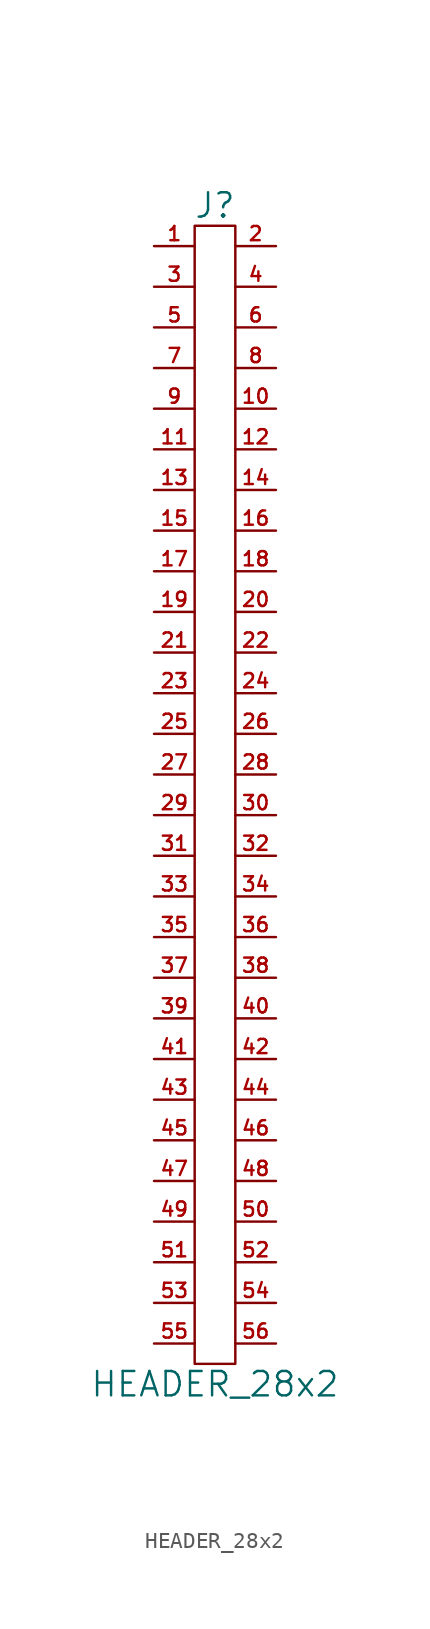
<source format=kicad_sym>
(kicad_symbol_lib
  (version 20211014)
  (generator kicad_symbol_editor)
  (symbol "HEADER_28x2"
    (pin_names
      (offset 0))
    (property "Reference" "J"
      (at 0 36.83 0)
      (effects (font (size 1.524 1.524))))
    (property "Value" "HEADER_28x2"
      (at 0 -36.83 0)
      (effects (font (size 1.524 1.524))))
    (property "Footprint" ""
      (at 0 -2.54 0)
      (effects (font (size 1.524 1.524))))
    (property "Datasheet" ""
      (at 0 -2.54 0)
      (effects (font (size 1.524 1.524))))
    (symbol "HEADER_28x2_0_1"
      (rectangle (start 1.27 -35.56) (end -1.27 35.56) (stroke (width 0) (type default) (color 0 0 0 0)) (fill (type none))))
    (symbol "HEADER_28x2_1_1"
      (pin passive line (at -3.81 34.29 0) (length 2.54) (name "~" (effects (font (size 1.27 1.27)))) (number "1" (effects (font (size 0.889 0.889)))))
      (pin passive line (at 3.81 24.13 180) (length 2.54) (name "~" (effects (font (size 1.27 1.27)))) (number "10" (effects (font (size 0.889 0.889)))))
      (pin passive line (at -3.81 21.59 0) (length 2.54) (name "~" (effects (font (size 1.27 1.27)))) (number "11" (effects (font (size 0.889 0.889)))))
      (pin passive line (at 3.81 21.59 180) (length 2.54) (name "~" (effects (font (size 1.27 1.27)))) (number "12" (effects (font (size 0.889 0.889)))))
      (pin passive line (at -3.81 19.05 0) (length 2.54) (name "~" (effects (font (size 1.27 1.27)))) (number "13" (effects (font (size 0.889 0.889)))))
      (pin passive line (at 3.81 19.05 180) (length 2.54) (name "~" (effects (font (size 1.27 1.27)))) (number "14" (effects (font (size 0.889 0.889)))))
      (pin passive line (at -3.81 16.51 0) (length 2.54) (name "~" (effects (font (size 1.27 1.27)))) (number "15" (effects (font (size 0.889 0.889)))))
      (pin passive line (at 3.81 16.51 180) (length 2.54) (name "~" (effects (font (size 1.27 1.27)))) (number "16" (effects (font (size 0.889 0.889)))))
      (pin passive line (at -3.81 13.97 0) (length 2.54) (name "~" (effects (font (size 1.27 1.27)))) (number "17" (effects (font (size 0.889 0.889)))))
      (pin passive line (at 3.81 13.97 180) (length 2.54) (name "~" (effects (font (size 1.27 1.27)))) (number "18" (effects (font (size 0.889 0.889)))))
      (pin passive line (at -3.81 11.43 0) (length 2.54) (name "~" (effects (font (size 1.27 1.27)))) (number "19" (effects (font (size 0.889 0.889)))))
      (pin passive line (at 3.81 34.29 180) (length 2.54) (name "~" (effects (font (size 1.27 1.27)))) (number "2" (effects (font (size 0.889 0.889)))))
      (pin passive line (at 3.81 11.43 180) (length 2.54) (name "~" (effects (font (size 1.27 1.27)))) (number "20" (effects (font (size 0.889 0.889)))))
      (pin passive line (at -3.81 8.89 0) (length 2.54) (name "~" (effects (font (size 1.27 1.27)))) (number "21" (effects (font (size 0.889 0.889)))))
      (pin passive line (at 3.81 8.89 180) (length 2.54) (name "~" (effects (font (size 1.27 1.27)))) (number "22" (effects (font (size 0.889 0.889)))))
      (pin passive line (at -3.81 6.35 0) (length 2.54) (name "~" (effects (font (size 1.27 1.27)))) (number "23" (effects (font (size 0.889 0.889)))))
      (pin passive line (at 3.81 6.35 180) (length 2.54) (name "~" (effects (font (size 1.27 1.27)))) (number "24" (effects (font (size 0.889 0.889)))))
      (pin passive line (at -3.81 3.81 0) (length 2.54) (name "~" (effects (font (size 1.27 1.27)))) (number "25" (effects (font (size 0.889 0.889)))))
      (pin passive line (at 3.81 3.81 180) (length 2.54) (name "~" (effects (font (size 1.27 1.27)))) (number "26" (effects (font (size 0.889 0.889)))))
      (pin passive line (at -3.81 1.27 0) (length 2.54) (name "~" (effects (font (size 1.27 1.27)))) (number "27" (effects (font (size 0.889 0.889)))))
      (pin passive line (at 3.81 1.27 180) (length 2.54) (name "~" (effects (font (size 1.27 1.27)))) (number "28" (effects (font (size 0.889 0.889)))))
      (pin passive line (at -3.81 -1.27 0) (length 2.54) (name "~" (effects (font (size 1.27 1.27)))) (number "29" (effects (font (size 0.889 0.889)))))
      (pin passive line (at -3.81 31.75 0) (length 2.54) (name "~" (effects (font (size 1.27 1.27)))) (number "3" (effects (font (size 0.889 0.889)))))
      (pin passive line (at 3.81 -1.27 180) (length 2.54) (name "~" (effects (font (size 1.27 1.27)))) (number "30" (effects (font (size 0.889 0.889)))))
      (pin passive line (at -3.81 -3.81 0) (length 2.54) (name "~" (effects (font (size 1.27 1.27)))) (number "31" (effects (font (size 0.889 0.889)))))
      (pin passive line (at 3.81 -3.81 180) (length 2.54) (name "~" (effects (font (size 1.27 1.27)))) (number "32" (effects (font (size 0.889 0.889)))))
      (pin passive line (at -3.81 -6.35 0) (length 2.54) (name "~" (effects (font (size 1.27 1.27)))) (number "33" (effects (font (size 0.889 0.889)))))
      (pin passive line (at 3.81 -6.35 180) (length 2.54) (name "~" (effects (font (size 1.27 1.27)))) (number "34" (effects (font (size 0.889 0.889)))))
      (pin passive line (at -3.81 -8.89 0) (length 2.54) (name "~" (effects (font (size 1.27 1.27)))) (number "35" (effects (font (size 0.889 0.889)))))
      (pin passive line (at 3.81 -8.89 180) (length 2.54) (name "~" (effects (font (size 1.27 1.27)))) (number "36" (effects (font (size 0.889 0.889)))))
      (pin passive line (at -3.81 -11.43 0) (length 2.54) (name "~" (effects (font (size 0.889 0.889)))) (number "37" (effects (font (size 0.889 0.889)))))
      (pin passive line (at 3.81 -11.43 180) (length 2.54) (name "~" (effects (font (size 1.27 1.27)))) (number "38" (effects (font (size 0.889 0.889)))))
      (pin passive line (at -3.81 -13.97 0) (length 2.54) (name "~" (effects (font (size 1.27 1.27)))) (number "39" (effects (font (size 0.889 0.889)))))
      (pin passive line (at 3.81 31.75 180) (length 2.54) (name "~" (effects (font (size 1.27 1.27)))) (number "4" (effects (font (size 0.889 0.889)))))
      (pin passive line (at 3.81 -13.97 180) (length 2.54) (name "~" (effects (font (size 1.27 1.27)))) (number "40" (effects (font (size 0.889 0.889)))))
      (pin passive line (at -3.81 -16.51 0) (length 2.54) (name "~" (effects (font (size 1.27 1.27)))) (number "41" (effects (font (size 0.889 0.889)))))
      (pin passive line (at 3.81 -16.51 180) (length 2.54) (name "~" (effects (font (size 1.27 1.27)))) (number "42" (effects (font (size 0.889 0.889)))))
      (pin passive line (at -3.81 -19.05 0) (length 2.54) (name "~" (effects (font (size 1.27 1.27)))) (number "43" (effects (font (size 0.889 0.889)))))
      (pin passive line (at 3.81 -19.05 180) (length 2.54) (name "~" (effects (font (size 1.27 1.27)))) (number "44" (effects (font (size 0.889 0.889)))))
      (pin passive line (at -3.81 -21.59 0) (length 2.54) (name "~" (effects (font (size 1.27 1.27)))) (number "45" (effects (font (size 0.889 0.889)))))
      (pin passive line (at 3.81 -21.59 180) (length 2.54) (name "~" (effects (font (size 1.27 1.27)))) (number "46" (effects (font (size 0.889 0.889)))))
      (pin passive line (at -3.81 -24.13 0) (length 2.54) (name "~" (effects (font (size 1.27 1.27)))) (number "47" (effects (font (size 0.889 0.889)))))
      (pin passive line (at 3.81 -24.13 180) (length 2.54) (name "~" (effects (font (size 1.27 1.27)))) (number "48" (effects (font (size 0.889 0.889)))))
      (pin passive line (at -3.81 -26.67 0) (length 2.54) (name "~" (effects (font (size 1.27 1.27)))) (number "49" (effects (font (size 0.889 0.889)))))
      (pin passive line (at -3.81 29.21 0) (length 2.54) (name "~" (effects (font (size 1.27 1.27)))) (number "5" (effects (font (size 0.889 0.889)))))
      (pin passive line (at 3.81 -26.67 180) (length 2.54) (name "~" (effects (font (size 1.27 1.27)))) (number "50" (effects (font (size 0.889 0.889)))))
      (pin passive line (at -3.81 -29.21 0) (length 2.54) (name "~" (effects (font (size 1.27 1.27)))) (number "51" (effects (font (size 0.889 0.889)))))
      (pin passive line (at 3.81 -29.21 180) (length 2.54) (name "~" (effects (font (size 1.27 1.27)))) (number "52" (effects (font (size 0.889 0.889)))))
      (pin passive line (at -3.81 -31.75 0) (length 2.54) (name "~" (effects (font (size 1.27 1.27)))) (number "53" (effects (font (size 0.889 0.889)))))
      (pin passive line (at 3.81 -31.75 180) (length 2.54) (name "~" (effects (font (size 1.27 1.27)))) (number "54" (effects (font (size 0.889 0.889)))))
      (pin passive line (at -3.81 -34.29 0) (length 2.54) (name "~" (effects (font (size 1.27 1.27)))) (number "55" (effects (font (size 0.889 0.889)))))
      (pin passive line (at 3.81 -34.29 180) (length 2.54) (name "~" (effects (font (size 1.27 1.27)))) (number "56" (effects (font (size 0.889 0.889)))))
      (pin passive line (at 3.81 29.21 180) (length 2.54) (name "~" (effects (font (size 1.27 1.27)))) (number "6" (effects (font (size 0.889 0.889)))))
      (pin passive line (at -3.81 26.67 0) (length 2.54) (name "~" (effects (font (size 1.27 1.27)))) (number "7" (effects (font (size 0.889 0.889)))))
      (pin passive line (at 3.81 26.67 180) (length 2.54) (name "~" (effects (font (size 1.27 1.27)))) (number "8" (effects (font (size 0.889 0.889)))))
      (pin passive line (at -3.81 24.13 0) (length 2.54) (name "~" (effects (font (size 1.27 1.27)))) (number "9" (effects (font (size 0.889 0.889))))))))
</source>
